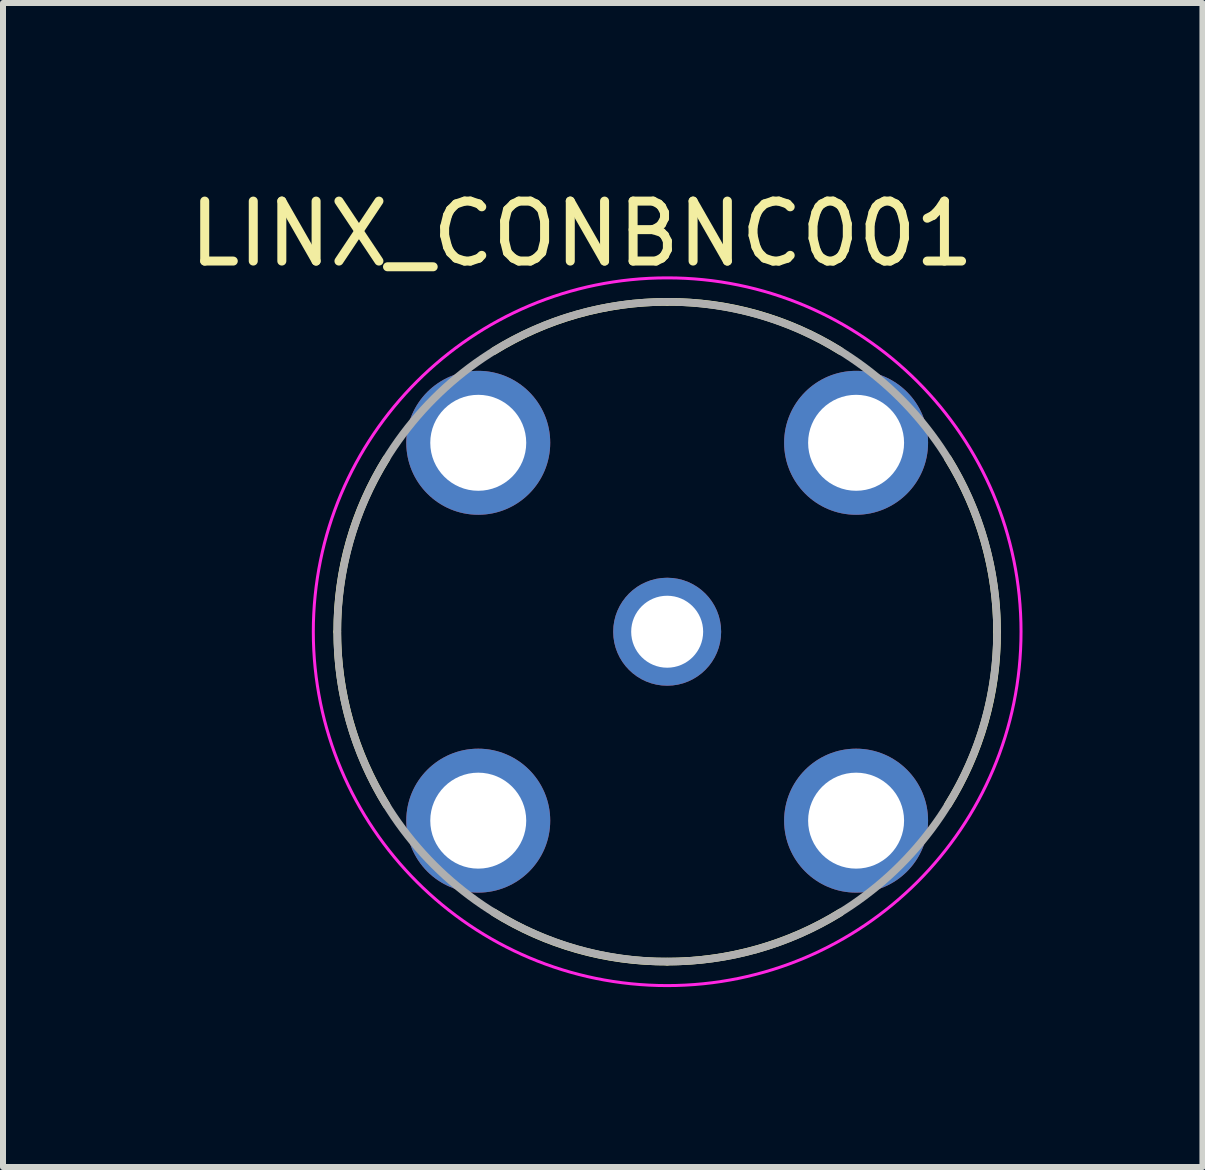
<source format=kicad_pcb>
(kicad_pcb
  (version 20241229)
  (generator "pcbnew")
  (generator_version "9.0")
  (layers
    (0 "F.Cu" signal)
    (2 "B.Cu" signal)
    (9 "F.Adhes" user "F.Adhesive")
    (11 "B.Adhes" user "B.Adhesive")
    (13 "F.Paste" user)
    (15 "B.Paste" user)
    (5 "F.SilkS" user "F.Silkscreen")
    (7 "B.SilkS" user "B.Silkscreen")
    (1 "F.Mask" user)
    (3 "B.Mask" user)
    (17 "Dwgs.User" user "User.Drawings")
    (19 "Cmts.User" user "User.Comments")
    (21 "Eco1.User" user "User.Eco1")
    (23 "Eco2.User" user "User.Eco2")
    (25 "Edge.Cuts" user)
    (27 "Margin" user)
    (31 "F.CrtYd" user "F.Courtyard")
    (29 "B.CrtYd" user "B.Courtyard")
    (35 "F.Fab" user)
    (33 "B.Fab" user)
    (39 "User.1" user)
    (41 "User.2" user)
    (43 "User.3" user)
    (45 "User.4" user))
  (footprint "LINX_CONBNC001"
    (layer "F.Cu")
    (at 8.074 7.483)
    (property "Reference" "LINX_CONBNC001" (at -1.425 -6.635 0) (layer "F.SilkS") (effects (font (size 1 1) (thickness 0.15))))
    (attr through_hole)
    (fp_arc (start -5.5 0) (mid -5.295033 -1.503176) (end -4.68 -2.89) (stroke (width 0.127) (type solid)) (layer "F.SilkS"))
    (fp_arc (start -4.68 2.89) (mid -5.291129 1.502068) (end -5.5 0) (stroke (width 0.127) (type solid)) (layer "F.SilkS"))
    (fp_arc (start -2.89 -4.68) (mid -1.502068 -5.291129) (end 0 -5.5) (stroke (width 0.127) (type solid)) (layer "F.SilkS"))
    (fp_arc (start 0 -5.5) (mid 1.503176 -5.295033) (end 2.89 -4.68) (stroke (width 0.127) (type solid)) (layer "F.SilkS"))
    (fp_arc (start 0 5.5) (mid -1.503176 5.295033) (end -2.89 4.68) (stroke (width 0.127) (type solid)) (layer "F.SilkS"))
    (fp_arc (start 2.89 4.68) (mid 1.502068 5.291129) (end 0 5.5) (stroke (width 0.127) (type solid)) (layer "F.SilkS"))
    (fp_arc (start 4.68 -2.89) (mid 5.291129 -1.502068) (end 5.5 0) (stroke (width 0.127) (type solid)) (layer "F.SilkS"))
    (fp_arc (start 5.5 0) (mid 5.295033 1.503176) (end 4.68 2.89) (stroke (width 0.127) (type solid)) (layer "F.SilkS"))
    (fp_circle (center 0 0) (end 5.9 0) (stroke (width 0.05) (type solid)) (fill no) (layer "F.CrtYd"))
    (fp_circle (center 0 0) (end 5.5 0) (stroke (width 0.127) (type solid)) (fill no) (layer "F.Fab"))
    (pad "1" thru_hole circle (at 0 0) (size 1.8 1.8) (drill 1.2) (layers "*.Cu" "*.Mask"))
    (pad "S1" thru_hole circle (at 3.15 -3.15) (size 2.4 2.4) (drill 1.6) (layers "*.Cu" "*.Mask"))
    (pad "S2" thru_hole circle (at 3.15 3.15) (size 2.4 2.4) (drill 1.6) (layers "*.Cu" "*.Mask"))
    (pad "S3" thru_hole circle (at -3.15 3.15) (size 2.4 2.4) (drill 1.6) (layers "*.Cu" "*.Mask"))
    (pad "S4" thru_hole circle (at -3.15 -3.15) (size 2.4 2.4) (drill 1.6) (layers "*.Cu" "*.Mask")))
  (gr_rect
    (start -3 -3)
    (end 16.999 16.408)
    (stroke (width 0.1) (type default))
    (fill no)
    (layer "Edge.Cuts")))
</source>
